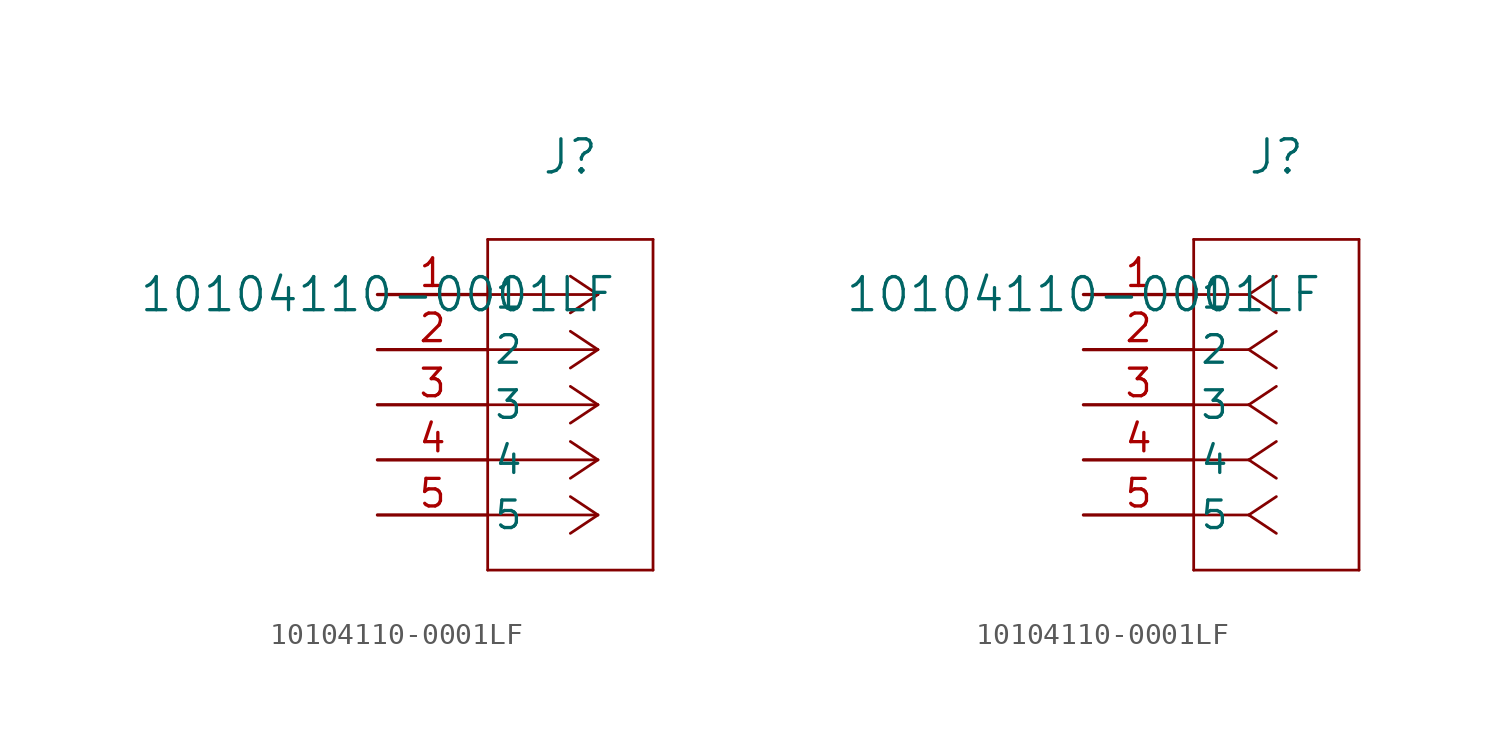
<source format=kicad_sym>
(kicad_symbol_lib
  (version 20211014)
  (generator kicad_symbol_editor)
  (symbol "10104110-0001LF"
    (pin_names
      (offset 0.254))
    (property "Reference" "J"
      (at 8.89 6.35 0)
      (effects (font (size 1.524 1.524))))
    (property "Value" "10104110-0001LF"
      (at 0 0 0)
      (effects (font (size 1.524 1.524))))
    (symbol "10104110-0001LF_1_1"
      (polyline (pts (xy 10.16 0) (xy 5.08 0)) (stroke (width 0.127) (type default) (color 0 0 0 0)) (fill (type none)))
      (polyline (pts (xy 10.16 -2.54) (xy 5.08 -2.54)) (stroke (width 0.127) (type default) (color 0 0 0 0)) (fill (type none)))
      (polyline (pts (xy 10.16 -5.08) (xy 5.08 -5.08)) (stroke (width 0.127) (type default) (color 0 0 0 0)) (fill (type none)))
      (polyline (pts (xy 10.16 -7.62) (xy 5.08 -7.62)) (stroke (width 0.127) (type default) (color 0 0 0 0)) (fill (type none)))
      (polyline (pts (xy 10.16 -10.16) (xy 5.08 -10.16)) (stroke (width 0.127) (type default) (color 0 0 0 0)) (fill (type none)))
      (polyline (pts (xy 10.16 0) (xy 8.89 0.847)) (stroke (width 0.127) (type default) (color 0 0 0 0)) (fill (type none)))
      (polyline (pts (xy 10.16 -2.54) (xy 8.89 -1.693)) (stroke (width 0.127) (type default) (color 0 0 0 0)) (fill (type none)))
      (polyline (pts (xy 10.16 -5.08) (xy 8.89 -4.233)) (stroke (width 0.127) (type default) (color 0 0 0 0)) (fill (type none)))
      (polyline (pts (xy 10.16 -7.62) (xy 8.89 -6.773)) (stroke (width 0.127) (type default) (color 0 0 0 0)) (fill (type none)))
      (polyline (pts (xy 10.16 -10.16) (xy 8.89 -9.313)) (stroke (width 0.127) (type default) (color 0 0 0 0)) (fill (type none)))
      (polyline (pts (xy 10.16 0) (xy 8.89 -0.847)) (stroke (width 0.127) (type default) (color 0 0 0 0)) (fill (type none)))
      (polyline (pts (xy 10.16 -2.54) (xy 8.89 -3.387)) (stroke (width 0.127) (type default) (color 0 0 0 0)) (fill (type none)))
      (polyline (pts (xy 10.16 -5.08) (xy 8.89 -5.927)) (stroke (width 0.127) (type default) (color 0 0 0 0)) (fill (type none)))
      (polyline (pts (xy 10.16 -7.62) (xy 8.89 -8.467)) (stroke (width 0.127) (type default) (color 0 0 0 0)) (fill (type none)))
      (polyline (pts (xy 10.16 -10.16) (xy 8.89 -11.007)) (stroke (width 0.127) (type default) (color 0 0 0 0)) (fill (type none)))
      (polyline (pts (xy 5.08 2.54) (xy 5.08 -12.7)) (stroke (width 0.127) (type default) (color 0 0 0 0)) (fill (type none)))
      (polyline (pts (xy 5.08 -12.7) (xy 12.7 -12.7)) (stroke (width 0.127) (type default) (color 0 0 0 0)) (fill (type none)))
      (polyline (pts (xy 12.7 -12.7) (xy 12.7 2.54)) (stroke (width 0.127) (type default) (color 0 0 0 0)) (fill (type none)))
      (polyline (pts (xy 12.7 2.54) (xy 5.08 2.54)) (stroke (width 0.127) (type default) (color 0 0 0 0)) (fill (type none)))
      (pin unspecified line (at 0 0 0) (length 5.08) (name "1" (effects (font (size 1.27 1.27)))) (number "1" (effects (font (size 1.27 1.27)))))
      (pin unspecified line (at 0 -2.54 0) (length 5.08) (name "2" (effects (font (size 1.27 1.27)))) (number "2" (effects (font (size 1.27 1.27)))))
      (pin unspecified line (at 0 -5.08 0) (length 5.08) (name "3" (effects (font (size 1.27 1.27)))) (number "3" (effects (font (size 1.27 1.27)))))
      (pin unspecified line (at 0 -7.62 0) (length 5.08) (name "4" (effects (font (size 1.27 1.27)))) (number "4" (effects (font (size 1.27 1.27)))))
      (pin unspecified line (at 0 -10.16 0) (length 5.08) (name "5" (effects (font (size 1.27 1.27)))) (number "5" (effects (font (size 1.27 1.27))))))
    (symbol "10104110-0001LF_1_2"
      (polyline (pts (xy 7.62 0) (xy 5.08 0)) (stroke (width 0.127) (type default) (color 0 0 0 0)) (fill (type none)))
      (polyline (pts (xy 7.62 -2.54) (xy 5.08 -2.54)) (stroke (width 0.127) (type default) (color 0 0 0 0)) (fill (type none)))
      (polyline (pts (xy 7.62 -5.08) (xy 5.08 -5.08)) (stroke (width 0.127) (type default) (color 0 0 0 0)) (fill (type none)))
      (polyline (pts (xy 7.62 -7.62) (xy 5.08 -7.62)) (stroke (width 0.127) (type default) (color 0 0 0 0)) (fill (type none)))
      (polyline (pts (xy 7.62 -10.16) (xy 5.08 -10.16)) (stroke (width 0.127) (type default) (color 0 0 0 0)) (fill (type none)))
      (polyline (pts (xy 7.62 0) (xy 8.89 0.847)) (stroke (width 0.127) (type default) (color 0 0 0 0)) (fill (type none)))
      (polyline (pts (xy 7.62 -2.54) (xy 8.89 -1.693)) (stroke (width 0.127) (type default) (color 0 0 0 0)) (fill (type none)))
      (polyline (pts (xy 7.62 -5.08) (xy 8.89 -4.233)) (stroke (width 0.127) (type default) (color 0 0 0 0)) (fill (type none)))
      (polyline (pts (xy 7.62 -7.62) (xy 8.89 -6.773)) (stroke (width 0.127) (type default) (color 0 0 0 0)) (fill (type none)))
      (polyline (pts (xy 7.62 -10.16) (xy 8.89 -9.313)) (stroke (width 0.127) (type default) (color 0 0 0 0)) (fill (type none)))
      (polyline (pts (xy 7.62 0) (xy 8.89 -0.847)) (stroke (width 0.127) (type default) (color 0 0 0 0)) (fill (type none)))
      (polyline (pts (xy 7.62 -2.54) (xy 8.89 -3.387)) (stroke (width 0.127) (type default) (color 0 0 0 0)) (fill (type none)))
      (polyline (pts (xy 7.62 -5.08) (xy 8.89 -5.927)) (stroke (width 0.127) (type default) (color 0 0 0 0)) (fill (type none)))
      (polyline (pts (xy 7.62 -7.62) (xy 8.89 -8.467)) (stroke (width 0.127) (type default) (color 0 0 0 0)) (fill (type none)))
      (polyline (pts (xy 7.62 -10.16) (xy 8.89 -11.007)) (stroke (width 0.127) (type default) (color 0 0 0 0)) (fill (type none)))
      (polyline (pts (xy 5.08 2.54) (xy 5.08 -12.7)) (stroke (width 0.127) (type default) (color 0 0 0 0)) (fill (type none)))
      (polyline (pts (xy 5.08 -12.7) (xy 12.7 -12.7)) (stroke (width 0.127) (type default) (color 0 0 0 0)) (fill (type none)))
      (polyline (pts (xy 12.7 -12.7) (xy 12.7 2.54)) (stroke (width 0.127) (type default) (color 0 0 0 0)) (fill (type none)))
      (polyline (pts (xy 12.7 2.54) (xy 5.08 2.54)) (stroke (width 0.127) (type default) (color 0 0 0 0)) (fill (type none)))
      (pin unspecified line (at 0 0 0) (length 5.08) (name "1" (effects (font (size 1.27 1.27)))) (number "1" (effects (font (size 1.27 1.27)))))
      (pin unspecified line (at 0 -2.54 0) (length 5.08) (name "2" (effects (font (size 1.27 1.27)))) (number "2" (effects (font (size 1.27 1.27)))))
      (pin unspecified line (at 0 -5.08 0) (length 5.08) (name "3" (effects (font (size 1.27 1.27)))) (number "3" (effects (font (size 1.27 1.27)))))
      (pin unspecified line (at 0 -7.62 0) (length 5.08) (name "4" (effects (font (size 1.27 1.27)))) (number "4" (effects (font (size 1.27 1.27)))))
      (pin unspecified line (at 0 -10.16 0) (length 5.08) (name "5" (effects (font (size 1.27 1.27)))) (number "5" (effects (font (size 1.27 1.27))))))))
</source>
